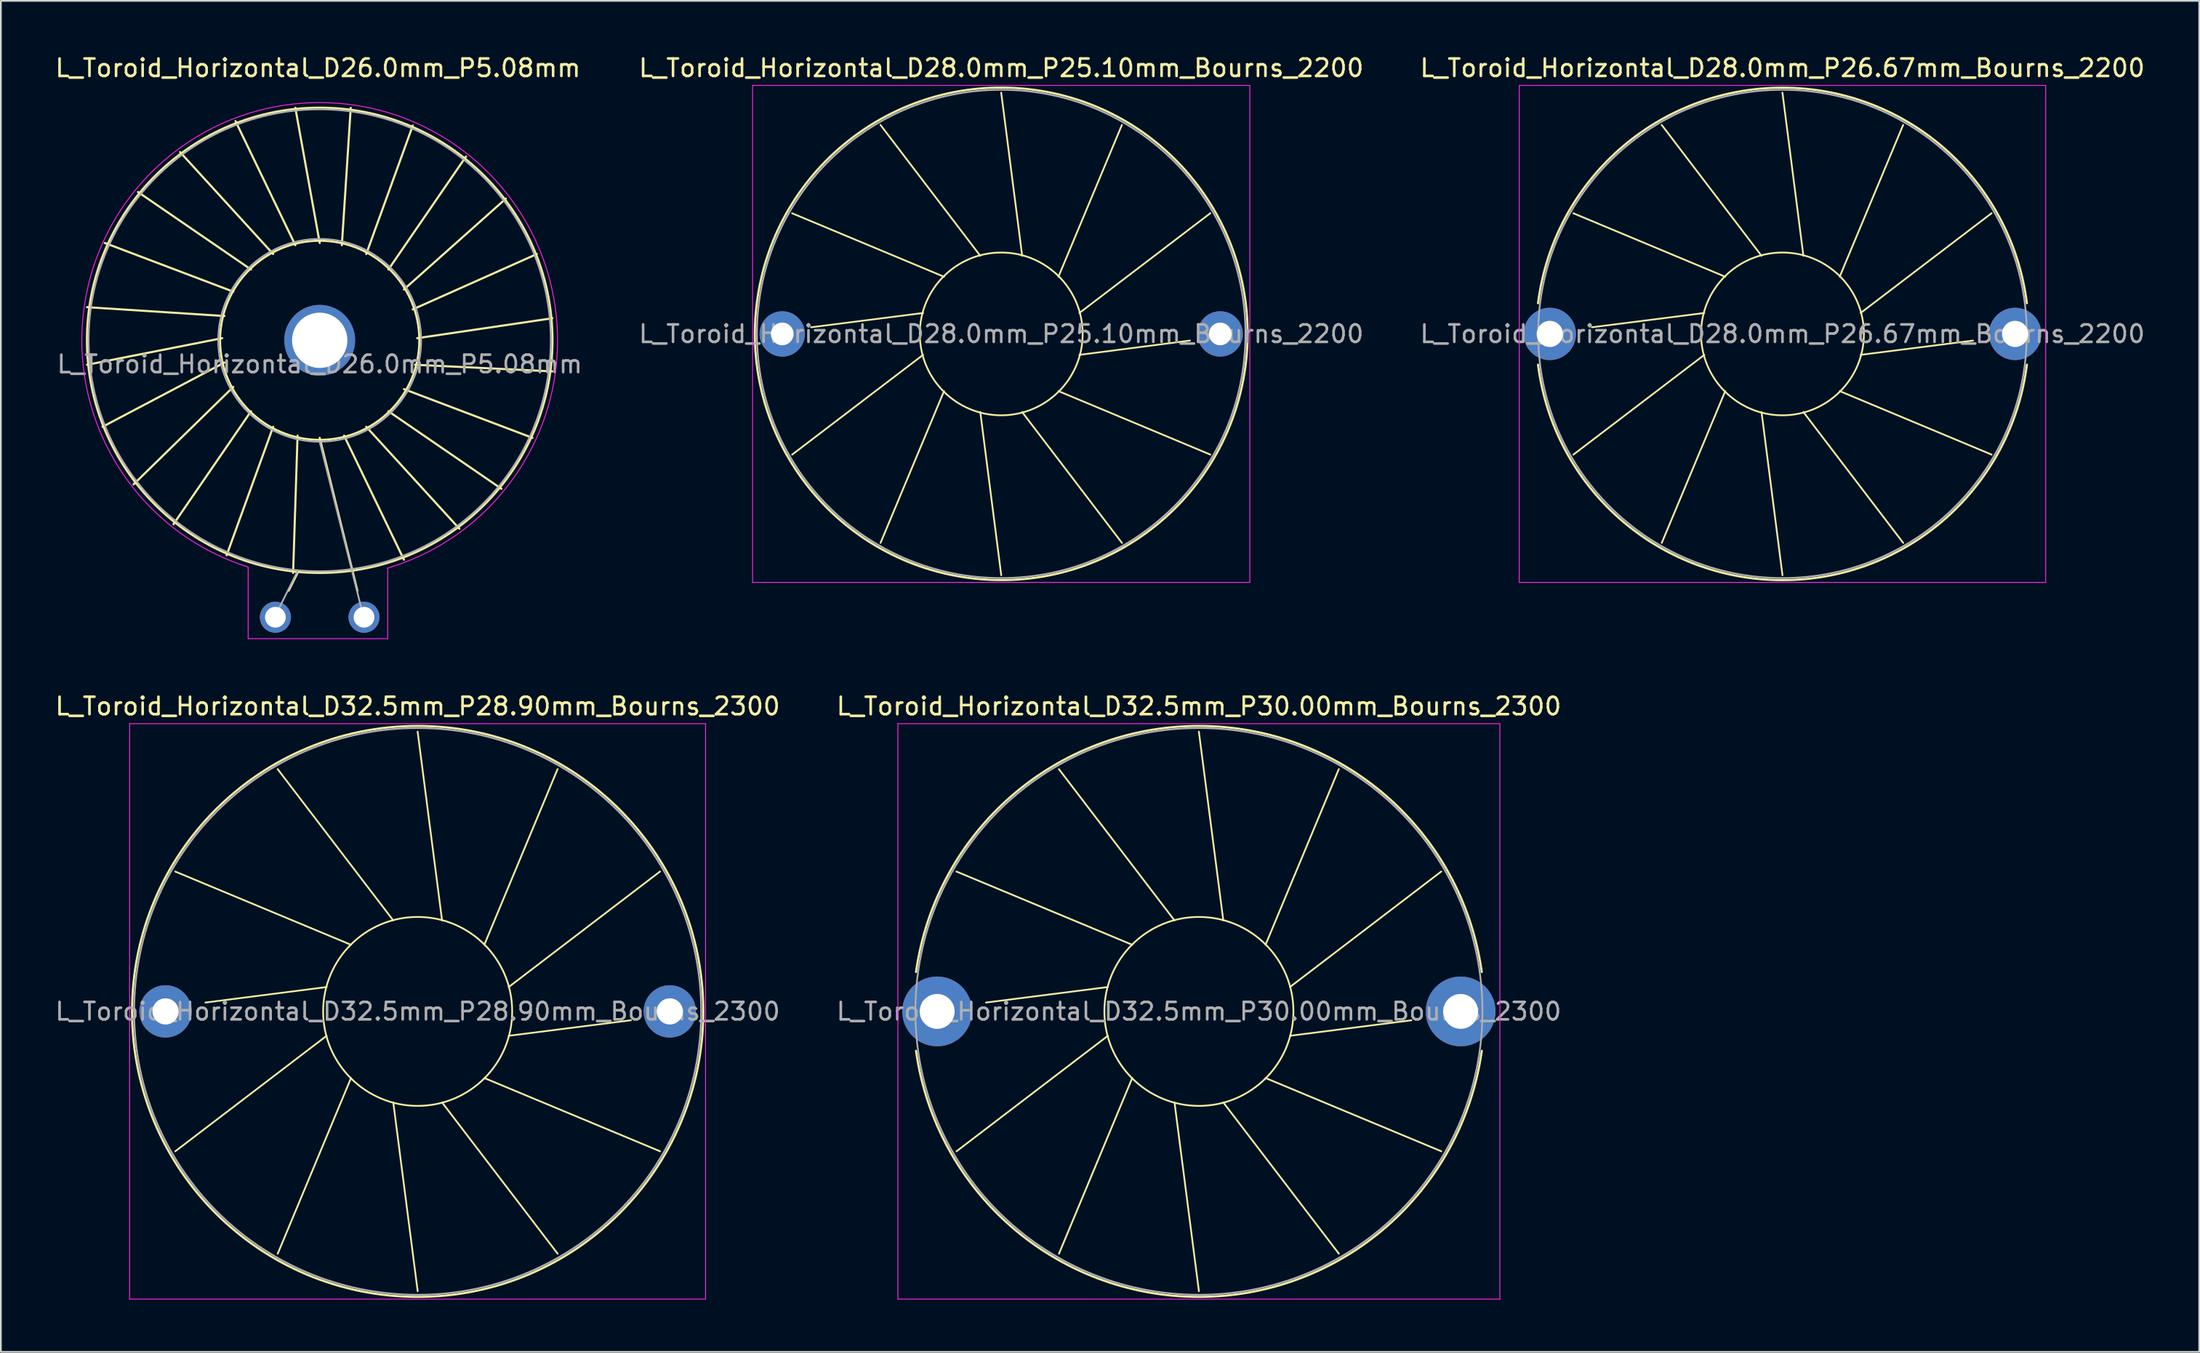
<source format=kicad_pcb>
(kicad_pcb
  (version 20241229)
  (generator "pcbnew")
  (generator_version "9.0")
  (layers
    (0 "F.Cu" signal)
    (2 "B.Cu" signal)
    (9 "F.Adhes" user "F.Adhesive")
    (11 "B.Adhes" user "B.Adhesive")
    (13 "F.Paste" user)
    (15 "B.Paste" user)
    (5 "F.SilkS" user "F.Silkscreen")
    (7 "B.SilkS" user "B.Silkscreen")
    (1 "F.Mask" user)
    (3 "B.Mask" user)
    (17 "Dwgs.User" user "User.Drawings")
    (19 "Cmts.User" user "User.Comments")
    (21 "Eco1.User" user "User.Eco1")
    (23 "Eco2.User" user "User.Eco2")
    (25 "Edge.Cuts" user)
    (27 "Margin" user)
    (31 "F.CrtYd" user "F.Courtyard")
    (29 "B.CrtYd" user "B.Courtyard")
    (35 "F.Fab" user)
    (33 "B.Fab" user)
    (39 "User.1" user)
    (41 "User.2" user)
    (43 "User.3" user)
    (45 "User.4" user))
  (footprint "L_Toroid_Horizontal_D32.5mm_P28.90mm_Bourns_2300"
    (layer "F.Cu")
    (at 6.437 54.947)
    (property "Reference" "L_Toroid_Horizontal_D32.5mm_P28.90mm_Bourns_2300" (at 14.45 -17.5 0) (layer "F.SilkS") (effects (font (size 1 1) (thickness 0.15))))
    (attr through_hole)
    (fp_line (start 0.556 -8.02) (end 10.629 -3.82) (stroke (width 0.1) (type solid)) (layer "F.SilkS"))
    (fp_line (start 0.557 8.022) (end 9.232 1.399) (stroke (width 0.1) (type solid)) (layer "F.SilkS"))
    (fp_line (start 2.286 -0.508) (end 9.231 -1.398) (stroke (width 0.1) (type solid)) (layer "F.SilkS"))
    (fp_line (start 6.427 -13.892) (end 13.051 -5.218) (stroke (width 0.1) (type solid)) (layer "F.SilkS"))
    (fp_line (start 6.43 13.894) (end 10.63 3.82) (stroke (width 0.1) (type solid)) (layer "F.SilkS"))
    (fp_line (start 14.448 -16.043) (end 15.848 -5.219) (stroke (width 0.1) (type solid)) (layer "F.SilkS"))
    (fp_line (start 14.451 16.043) (end 13.052 5.219) (stroke (width 0.1) (type solid)) (layer "F.SilkS"))
    (fp_line (start 22.469 -13.895) (end 18.27 -3.821) (stroke (width 0.1) (type solid)) (layer "F.SilkS"))
    (fp_line (start 22.472 13.893) (end 15.848 5.218) (stroke (width 0.1) (type solid)) (layer "F.SilkS"))
    (fp_line (start 26.67 0.508) (end 19.669 1.397) (stroke (width 0.1) (type solid)) (layer "F.SilkS"))
    (fp_line (start 28.342 -8.024) (end 19.668 -1.399) (stroke (width 0.1) (type solid)) (layer "F.SilkS"))
    (fp_line (start 28.343 8.021) (end 18.27 3.82) (stroke (width 0.1) (type solid)) (layer "F.SilkS"))
    (fp_circle (center 14.45 0) (end 19.867 0) (stroke (width 0.1) (type solid)) (fill no) (layer "F.SilkS"))
    (fp_circle (center 14.45 0) (end 30.82 0) (stroke (width 0.12) (type solid)) (fill no) (layer "F.SilkS"))
    (fp_line (start -2.06 -16.5) (end -2.06 16.5) (stroke (width 0.05) (type solid)) (layer "F.CrtYd"))
    (fp_line (start -2.06 16.5) (end 30.95 16.5) (stroke (width 0.05) (type solid)) (layer "F.CrtYd"))
    (fp_line (start 30.95 -16.5) (end -2.06 -16.5) (stroke (width 0.05) (type solid)) (layer "F.CrtYd"))
    (fp_line (start 30.95 16.5) (end 30.95 -16.5) (stroke (width 0.05) (type solid)) (layer "F.CrtYd"))
    (fp_circle (center 14.45 0) (end 30.7 0) (stroke (width 0.1) (type solid)) (fill no) (layer "F.Fab"))
    (fp_text user "${REFERENCE}" (at 14.45 0 0) (layer "F.Fab") (effects (font (size 1 1) (thickness 0.15))))
    (pad "1" thru_hole circle (at 0 0) (size 3 3) (drill 1.5) (layers "*.Cu" "*.Mask"))
    (pad "2" thru_hole circle (at 28.9 0) (size 3 3) (drill 1.5) (layers "*.Cu" "*.Mask")))
  (footprint "L_Toroid_Horizontal_D32.5mm_P30.00mm_Bourns_2300"
    (layer "F.Cu")
    (at 50.661 54.947)
    (property "Reference" "L_Toroid_Horizontal_D32.5mm_P30.00mm_Bourns_2300" (at 15 -17.5 0) (layer "F.SilkS") (effects (font (size 1 1) (thickness 0.15))))
    (attr through_hole)
    (fp_line (start 1.106 -8.02) (end 11.179 -3.82) (stroke (width 0.1) (type solid)) (layer "F.SilkS"))
    (fp_line (start 1.107 8.022) (end 9.782 1.399) (stroke (width 0.1) (type solid)) (layer "F.SilkS"))
    (fp_line (start 2.794 -0.508) (end 9.781 -1.398) (stroke (width 0.1) (type solid)) (layer "F.SilkS"))
    (fp_line (start 6.977 -13.892) (end 13.601 -5.218) (stroke (width 0.1) (type solid)) (layer "F.SilkS"))
    (fp_line (start 6.98 13.894) (end 11.18 3.82) (stroke (width 0.1) (type solid)) (layer "F.SilkS"))
    (fp_line (start 14.998 -16.043) (end 16.398 -5.219) (stroke (width 0.1) (type solid)) (layer "F.SilkS"))
    (fp_line (start 15.001 16.043) (end 13.602 5.219) (stroke (width 0.1) (type solid)) (layer "F.SilkS"))
    (fp_line (start 23.019 -13.895) (end 18.82 -3.821) (stroke (width 0.1) (type solid)) (layer "F.SilkS"))
    (fp_line (start 23.022 13.893) (end 16.398 5.218) (stroke (width 0.1) (type solid)) (layer "F.SilkS"))
    (fp_line (start 27.178 0.508) (end 20.219 1.398) (stroke (width 0.1) (type solid)) (layer "F.SilkS"))
    (fp_line (start 28.892 -8.024) (end 20.218 -1.399) (stroke (width 0.1) (type solid)) (layer "F.SilkS"))
    (fp_line (start 28.893 8.021) (end 18.82 3.82) (stroke (width 0.1) (type solid)) (layer "F.SilkS"))
    (fp_arc (start -1.213245 -2.26) (mid 15 -16.37) (end 31.213245 -2.26) (stroke (width 0.12) (type solid)) (layer "F.SilkS"))
    (fp_arc (start 31.213245 2.26) (mid 15 16.37) (end -1.213245 2.26) (stroke (width 0.12) (type solid)) (layer "F.SilkS"))
    (fp_circle (center 15 0) (end 20.417 0) (stroke (width 0.1) (type solid)) (fill no) (layer "F.SilkS"))
    (fp_line (start -2.25 -16.5) (end -2.25 16.5) (stroke (width 0.05) (type solid)) (layer "F.CrtYd"))
    (fp_line (start -2.25 16.5) (end 32.25 16.5) (stroke (width 0.05) (type solid)) (layer "F.CrtYd"))
    (fp_line (start 32.25 -16.5) (end -2.25 -16.5) (stroke (width 0.05) (type solid)) (layer "F.CrtYd"))
    (fp_line (start 32.25 16.5) (end 32.25 -16.5) (stroke (width 0.05) (type solid)) (layer "F.CrtYd"))
    (fp_circle (center 15 0) (end 31.25 0) (stroke (width 0.1) (type solid)) (fill no) (layer "F.Fab"))
    (fp_text user "${REFERENCE}" (at 15 0 0) (layer "F.Fab") (effects (font (size 1 1) (thickness 0.15))))
    (pad "1" thru_hole circle (at 0 0) (size 4 4) (drill 2) (layers "*.Cu" "*.Mask"))
    (pad "2" thru_hole circle (at 30 0) (size 4 4) (drill 2) (layers "*.Cu" "*.Mask")))
  (footprint "L_Toroid_Horizontal_D28.0mm_P26.67mm_Bourns_2200"
    (layer "F.Cu")
    (at 85.771 16.098)
    (property "Reference" "L_Toroid_Horizontal_D28.0mm_P26.67mm_Bourns_2200" (at 13.335 -15.25 0) (layer "F.SilkS") (effects (font (size 1 1) (thickness 0.15))))
    (attr through_hole)
    (fp_line (start 1.351 -6.918) (end 10.055 -3.279) (stroke (width 0.1) (type solid)) (layer "F.SilkS"))
    (fp_line (start 1.352 6.92) (end 8.856 1.201) (stroke (width 0.1) (type solid)) (layer "F.SilkS"))
    (fp_line (start 2.413 -0.381) (end 8.855 -1.2) (stroke (width 0.1) (type solid)) (layer "F.SilkS"))
    (fp_line (start 6.415 -11.983) (end 12.134 -4.479) (stroke (width 0.1) (type solid)) (layer "F.SilkS"))
    (fp_line (start 6.417 11.984) (end 10.056 3.28) (stroke (width 0.1) (type solid)) (layer "F.SilkS"))
    (fp_line (start 13.333 -13.838) (end 14.535 -4.48) (stroke (width 0.1) (type solid)) (layer "F.SilkS"))
    (fp_line (start 13.336 13.838) (end 12.135 4.48) (stroke (width 0.1) (type solid)) (layer "F.SilkS"))
    (fp_line (start 20.252 -11.985) (end 16.614 -3.28) (stroke (width 0.1) (type solid)) (layer "F.SilkS"))
    (fp_line (start 20.254 11.983) (end 14.535 4.48) (stroke (width 0.1) (type solid)) (layer "F.SilkS"))
    (fp_line (start 24.257 0.381) (end 17.815 1.199) (stroke (width 0.1) (type solid)) (layer "F.SilkS"))
    (fp_line (start 25.318 -6.921) (end 17.814 -1.201) (stroke (width 0.1) (type solid)) (layer "F.SilkS"))
    (fp_line (start 25.319 6.919) (end 16.614 3.279) (stroke (width 0.1) (type solid)) (layer "F.SilkS"))
    (fp_arc (start -0.674882 -1.76) (mid 13.335 -14.12) (end 27.344882 -1.76) (stroke (width 0.12) (type solid)) (layer "F.SilkS"))
    (fp_arc (start 27.344882 1.76) (mid 13.335 14.12) (end -0.674882 1.76) (stroke (width 0.12) (type solid)) (layer "F.SilkS"))
    (fp_circle (center 13.335 0) (end 18.002 0) (stroke (width 0.1) (type solid)) (fill no) (layer "F.SilkS"))
    (fp_line (start -1.75 -14.25) (end -1.75 14.25) (stroke (width 0.05) (type solid)) (layer "F.CrtYd"))
    (fp_line (start -1.75 14.25) (end 28.42 14.25) (stroke (width 0.05) (type solid)) (layer "F.CrtYd"))
    (fp_line (start 28.42 -14.25) (end -1.75 -14.25) (stroke (width 0.05) (type solid)) (layer "F.CrtYd"))
    (fp_line (start 28.42 14.25) (end 28.42 -14.25) (stroke (width 0.05) (type solid)) (layer "F.CrtYd"))
    (fp_circle (center 13.335 0) (end 27.335 0) (stroke (width 0.1) (type solid)) (fill no) (layer "F.Fab"))
    (fp_text user "${REFERENCE}" (at 13.335 0 0) (layer "F.Fab") (effects (font (size 1 1) (thickness 0.15))))
    (pad "1" thru_hole circle (at 0 0) (size 3 3) (drill 1.5) (layers "*.Cu" "*.Mask"))
    (pad "2" thru_hole circle (at 26.67 0) (size 3 3) (drill 1.5) (layers "*.Cu" "*.Mask")))
  (footprint "L_Toroid_Horizontal_D28.0mm_P25.10mm_Bourns_2200"
    (layer "F.Cu")
    (at 41.782 16.098)
    (property "Reference" "L_Toroid_Horizontal_D28.0mm_P25.10mm_Bourns_2200" (at 12.55 -15.25 0) (layer "F.SilkS") (effects (font (size 1 1) (thickness 0.15))))
    (attr through_hole)
    (fp_line (start 0.566 -6.918) (end 9.27 -3.279) (stroke (width 0.1) (type solid)) (layer "F.SilkS"))
    (fp_line (start 0.567 6.92) (end 8.071 1.201) (stroke (width 0.1) (type solid)) (layer "F.SilkS"))
    (fp_line (start 1.651 -0.381) (end 8.07 -1.2) (stroke (width 0.1) (type solid)) (layer "F.SilkS"))
    (fp_line (start 5.63 -11.983) (end 11.349 -4.479) (stroke (width 0.1) (type solid)) (layer "F.SilkS"))
    (fp_line (start 5.632 11.984) (end 9.271 3.28) (stroke (width 0.1) (type solid)) (layer "F.SilkS"))
    (fp_line (start 12.548 -13.838) (end 13.75 -4.48) (stroke (width 0.1) (type solid)) (layer "F.SilkS"))
    (fp_line (start 12.551 13.838) (end 11.35 4.48) (stroke (width 0.1) (type solid)) (layer "F.SilkS"))
    (fp_line (start 19.467 -11.985) (end 15.829 -3.28) (stroke (width 0.1) (type solid)) (layer "F.SilkS"))
    (fp_line (start 19.469 11.983) (end 13.75 4.48) (stroke (width 0.1) (type solid)) (layer "F.SilkS"))
    (fp_line (start 23.368 0.381) (end 17.03 1.2) (stroke (width 0.1) (type solid)) (layer "F.SilkS"))
    (fp_line (start 24.533 -6.921) (end 17.029 -1.201) (stroke (width 0.1) (type solid)) (layer "F.SilkS"))
    (fp_line (start 24.534 6.919) (end 15.829 3.279) (stroke (width 0.1) (type solid)) (layer "F.SilkS"))
    (fp_arc (start -1.48356 -1.56) (mid 26.585522 1.542248) (end -1.487469 -1.524425) (stroke (width 0.12) (type solid)) (layer "F.SilkS"))
    (fp_circle (center 12.55 0) (end 17.217 0) (stroke (width 0.1) (type solid)) (fill no) (layer "F.SilkS"))
    (fp_line (start -1.7 -14.25) (end -1.7 14.25) (stroke (width 0.05) (type solid)) (layer "F.CrtYd"))
    (fp_line (start -1.7 14.25) (end 26.8 14.25) (stroke (width 0.05) (type solid)) (layer "F.CrtYd"))
    (fp_line (start 26.8 -14.25) (end -1.7 -14.25) (stroke (width 0.05) (type solid)) (layer "F.CrtYd"))
    (fp_line (start 26.8 14.25) (end 26.8 -14.25) (stroke (width 0.05) (type solid)) (layer "F.CrtYd"))
    (fp_circle (center 12.55 0) (end 26.55 0) (stroke (width 0.1) (type solid)) (fill no) (layer "F.Fab"))
    (fp_text user "${REFERENCE}" (at 12.55 0 0) (layer "F.Fab") (effects (font (size 1 1) (thickness 0.15))))
    (pad "1" thru_hole circle (at 0 0) (size 2.6 2.6) (drill 1.3) (layers "*.Cu" "*.Mask"))
    (pad "2" thru_hole circle (at 25.1 0) (size 2.6 2.6) (drill 1.3) (layers "*.Cu" "*.Mask")))
  (footprint "L_Toroid_Horizontal_D26.0mm_P5.08mm"
    (layer "F.Cu")
    (at 12.733 32.344)
    (property "Reference" "L_Toroid_Horizontal_D26.0mm_P5.08mm" (at 2.44 -31.496 0) (layer "F.SilkS") (effects (font (size 1 1) (thickness 0.15))))
    (attr through_hole)
    (fp_line (start -10.795 -17.78) (end -2.921 -17.272) (stroke (width 0.12) (type solid)) (layer "F.SilkS"))
    (fp_line (start -10.795 -14.478) (end -3.048 -16.002) (stroke (width 0.12) (type solid)) (layer "F.SilkS"))
    (fp_line (start -9.906 -10.922) (end -2.921 -14.605) (stroke (width 0.12) (type solid)) (layer "F.SilkS"))
    (fp_line (start -9.779 -21.463) (end -2.413 -18.669) (stroke (width 0.12) (type solid)) (layer "F.SilkS"))
    (fp_line (start -8.128 -7.62) (end -2.413 -13.208) (stroke (width 0.12) (type solid)) (layer "F.SilkS"))
    (fp_line (start -7.874 -24.384) (end -1.397 -19.939) (stroke (width 0.12) (type solid)) (layer "F.SilkS"))
    (fp_line (start -5.842 -5.334) (end -1.397 -11.811) (stroke (width 0.12) (type solid)) (layer "F.SilkS"))
    (fp_line (start -5.461 -26.67) (end -0.127 -20.828) (stroke (width 0.12) (type solid)) (layer "F.SilkS"))
    (fp_line (start -2.794 -3.556) (end -0.127 -10.922) (stroke (width 0.12) (type solid)) (layer "F.SilkS"))
    (fp_line (start -2.286 -28.448) (end 1.143 -21.336) (stroke (width 0.12) (type solid)) (layer "F.SilkS"))
    (fp_line (start 0.762 -1.524) (end 1.27 -2.54) (stroke (width 0.12) (type solid)) (layer "F.SilkS"))
    (fp_line (start 1.016 -2.54) (end 1.27 -10.414) (stroke (width 0.12) (type solid)) (layer "F.SilkS"))
    (fp_line (start 1.143 -29.21) (end 2.54 -21.463) (stroke (width 0.12) (type solid)) (layer "F.SilkS"))
    (fp_line (start 4.318 -29.21) (end 3.81 -21.336) (stroke (width 0.12) (type solid)) (layer "F.SilkS"))
    (fp_line (start 4.699 -1.524) (end 2.54 -10.287) (stroke (width 0.12) (type solid)) (layer "F.SilkS"))
    (fp_line (start 7.366 -3.302) (end 3.937 -10.414) (stroke (width 0.12) (type solid)) (layer "F.SilkS"))
    (fp_line (start 7.874 -28.194) (end 5.207 -20.828) (stroke (width 0.12) (type solid)) (layer "F.SilkS"))
    (fp_line (start 10.541 -5.08) (end 5.207 -10.922) (stroke (width 0.12) (type solid)) (layer "F.SilkS"))
    (fp_line (start 10.922 -26.416) (end 6.477 -19.939) (stroke (width 0.12) (type solid)) (layer "F.SilkS"))
    (fp_line (start 12.954 -7.366) (end 6.477 -11.811) (stroke (width 0.12) (type solid)) (layer "F.SilkS"))
    (fp_line (start 13.208 -24.003) (end 7.366 -18.796) (stroke (width 0.12) (type solid)) (layer "F.SilkS"))
    (fp_line (start 14.732 -10.287) (end 7.366 -13.081) (stroke (width 0.12) (type solid)) (layer "F.SilkS"))
    (fp_line (start 14.986 -20.828) (end 7.874 -17.653) (stroke (width 0.12) (type solid)) (layer "F.SilkS"))
    (fp_line (start 15.875 -17.145) (end 8.128 -16.002) (stroke (width 0.12) (type solid)) (layer "F.SilkS"))
    (fp_line (start 15.875 -14.097) (end 8.001 -14.478) (stroke (width 0.12) (type solid)) (layer "F.SilkS"))
    (fp_circle (center 2.54 -15.88) (end 8.25 -15.88) (stroke (width 0.12) (type solid)) (fill no) (layer "F.SilkS"))
    (fp_circle (center 2.54 -15.88) (end 15.88 -15.88) (stroke (width 0.12) (type solid)) (fill no) (layer "F.SilkS"))
    (fp_line (start -1.56 -2.88) (end -1.56 1.23) (stroke (width 0.05) (type solid)) (layer "F.CrtYd"))
    (fp_line (start -1.56 1.23) (end 6.44 1.23) (stroke (width 0.05) (type solid)) (layer "F.CrtYd"))
    (fp_line (start 6.44 1.23) (end 6.44 -2.78) (stroke (width 0.05) (type solid)) (layer "F.CrtYd"))
    (fp_arc (start -1.56 -2.88) (mid 2.660017 -29.510686) (end 6.410454 -2.809821) (stroke (width 0.05) (type solid)) (layer "F.CrtYd"))
    (fp_line (start 0 -0.1) (end 1.27 -2.64) (stroke (width 0.1) (type solid)) (layer "F.Fab"))
    (fp_line (start 5.08 0.1) (end 2.54 -10.06) (stroke (width 0.1) (type solid)) (layer "F.Fab"))
    (fp_circle (center 2.54 -15.88) (end 1.44 -2.68) (stroke (width 0.1) (type solid)) (fill no) (layer "F.Fab"))
    (fp_circle (center 2.54 -15.88) (end 2.34 -10.07) (stroke (width 0.1) (type solid)) (fill no) (layer "F.Fab"))
    (fp_text user "${REFERENCE}" (at 2.54 -14.513 0) (layer "F.Fab") (effects (font (size 1 1) (thickness 0.15))))
    (pad "" thru_hole circle (at 2.54 -15.88) (size 4.06 4.06) (drill 3.17) (layers "*.Cu" "*.Mask"))
    (pad "1" thru_hole circle (at 0 0) (size 1.78 1.78) (drill 1.19) (layers "*.Cu" "*.Mask"))
    (pad "2" thru_hole circle (at 5.08 0) (size 1.78 1.78) (drill 1.19) (layers "*.Cu" "*.Mask")))
  (gr_rect
    (start -3 -3)
    (end 122.993 74.472)
    (stroke (width 0.1) (type default))
    (fill no)
    (layer "Edge.Cuts")))
</source>
